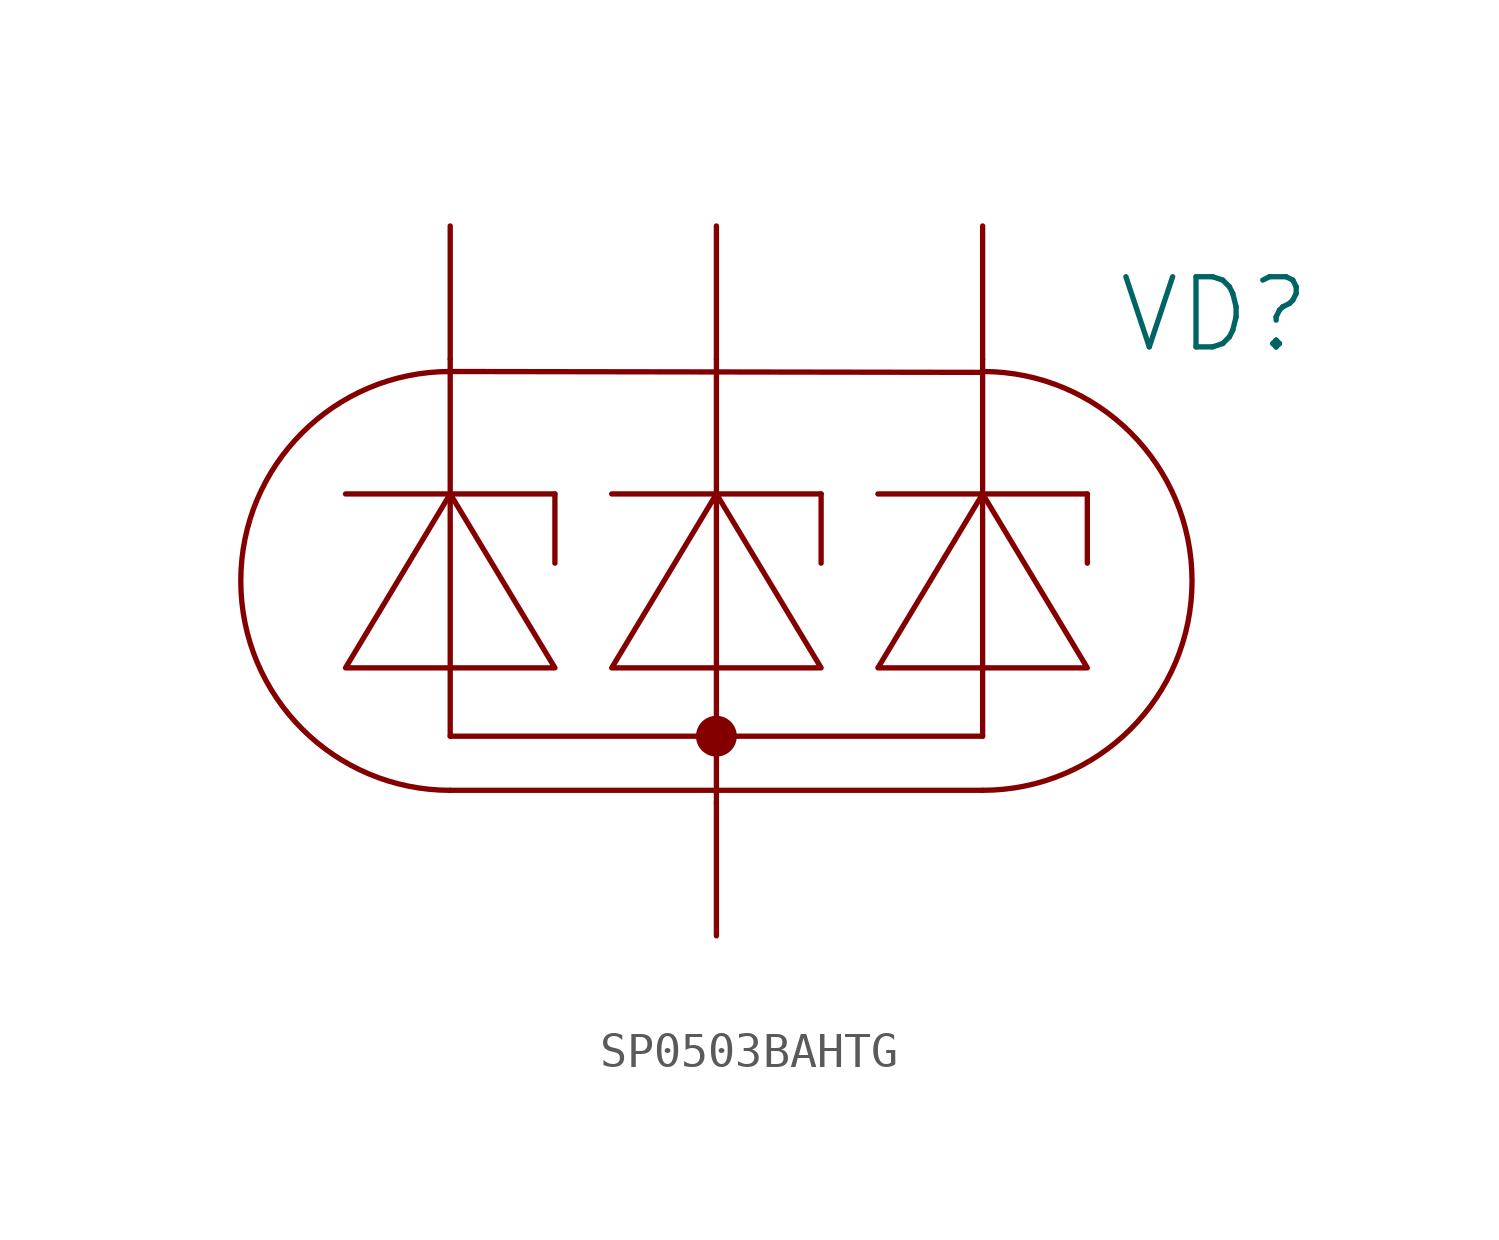
<source format=kicad_sym>
(kicad_symbol_lib
  (version 20231120)
  (generator "kicad_symbol_editor")
  (generator_version "8.0")
  (symbol "SP0503BAHTG"
    (pin_numbers hide)
    (pin_names
      (offset 0) hide)
    (property "Reference" "VD"
      (at 11.43 7.62 0)
      (effects (font (size 2.007 2.007)) (justify left)))
    (symbol "SP0503BAHTG_0_1"
      (arc (start -7.62 5.9944) (mid -13.6144 0) (end -7.62 -5.9944) (stroke (width 0) (type solid)) (fill (type none)))
      (circle (center 0 -4.445) (radius 0.508) (stroke (width 0) (type solid)) (fill (type outline)))
      (polyline (pts (xy -10.617 2.489) (xy -4.623 2.489)) (stroke (width 0) (type solid)) (fill (type none)))
      (polyline (pts (xy -7.62 -5.994) (xy 7.62 -5.994)) (stroke (width 0) (type solid)) (fill (type none)))
      (polyline (pts (xy -7.62 -4.445) (xy 7.62 -4.445)) (stroke (width 0) (type solid)) (fill (type none)))
      (polyline (pts (xy -7.62 6.35) (xy -7.62 -4.445)) (stroke (width 0) (type solid)) (fill (type none)))
      (polyline (pts (xy -4.623 2.489) (xy -4.623 0.508)) (stroke (width 0) (type solid)) (fill (type none)))
      (polyline (pts (xy -2.997 2.489) (xy 2.997 2.489)) (stroke (width 0) (type solid)) (fill (type none)))
      (polyline (pts (xy 0 6.35) (xy 0 -6.35)) (stroke (width 0) (type solid)) (fill (type none)))
      (polyline (pts (xy 2.997 2.489) (xy 2.997 0.508)) (stroke (width 0) (type solid)) (fill (type none)))
      (polyline (pts (xy 4.623 2.489) (xy 10.617 2.489)) (stroke (width 0) (type solid)) (fill (type none)))
      (polyline (pts (xy 7.62 5.969) (xy -7.62 5.994)) (stroke (width 0) (type solid)) (fill (type none)))
      (polyline (pts (xy 7.62 6.35) (xy 7.62 -4.445)) (stroke (width 0) (type solid)) (fill (type none)))
      (polyline (pts (xy 10.617 2.489) (xy 10.617 0.508)) (stroke (width 0) (type solid)) (fill (type none)))
      (polyline (pts (xy -7.62 2.489) (xy -10.617 -2.489) (xy -4.623 -2.489) (xy -7.62 2.489)) (stroke (width 0) (type solid)) (fill (type none)))
      (polyline (pts (xy 0 2.489) (xy -2.997 -2.489) (xy 2.997 -2.489) (xy 0 2.489)) (stroke (width 0) (type solid)) (fill (type none)))
      (polyline (pts (xy 7.62 2.489) (xy 4.623 -2.489) (xy 10.617 -2.489) (xy 7.62 2.489)) (stroke (width 0) (type solid)) (fill (type none)))
      (arc (start 7.62 -5.9944) (mid 13.6144 0) (end 7.62 5.9944) (stroke (width 0) (type solid)) (fill (type none))))
    (symbol "SP0503BAHTG_1_1"
      (pin passive line (at 0 -10.16 90) (length 3.81) (name "common" (effects (font (size 2.007 2.007)))) (number "1" (effects (font (size 2.007 2.007)))))
      (pin passive line (at -7.62 10.16 270) (length 3.81) (name "K" (effects (font (size 2.007 2.007)))) (number "2" (effects (font (size 2.007 2.007)))))
      (pin passive line (at 0 10.16 270) (length 3.81) (name "K" (effects (font (size 2.007 2.007)))) (number "3" (effects (font (size 2.007 2.007)))))
      (pin passive line (at 7.62 10.16 270) (length 3.81) (name "K" (effects (font (size 2.007 2.007)))) (number "4" (effects (font (size 2.007 2.007))))))))
</source>
